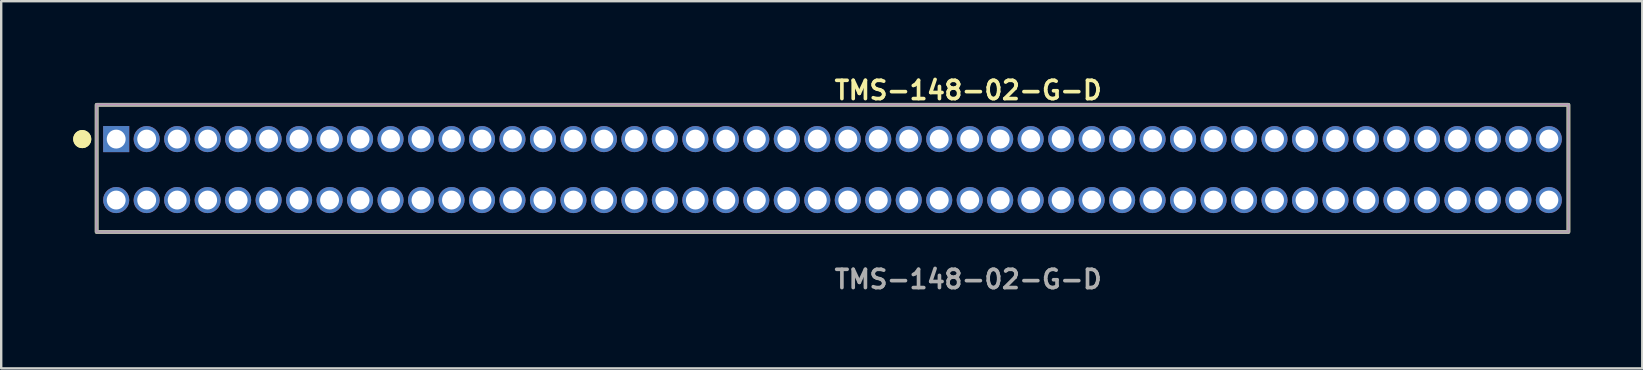
<source format=kicad_pcb>
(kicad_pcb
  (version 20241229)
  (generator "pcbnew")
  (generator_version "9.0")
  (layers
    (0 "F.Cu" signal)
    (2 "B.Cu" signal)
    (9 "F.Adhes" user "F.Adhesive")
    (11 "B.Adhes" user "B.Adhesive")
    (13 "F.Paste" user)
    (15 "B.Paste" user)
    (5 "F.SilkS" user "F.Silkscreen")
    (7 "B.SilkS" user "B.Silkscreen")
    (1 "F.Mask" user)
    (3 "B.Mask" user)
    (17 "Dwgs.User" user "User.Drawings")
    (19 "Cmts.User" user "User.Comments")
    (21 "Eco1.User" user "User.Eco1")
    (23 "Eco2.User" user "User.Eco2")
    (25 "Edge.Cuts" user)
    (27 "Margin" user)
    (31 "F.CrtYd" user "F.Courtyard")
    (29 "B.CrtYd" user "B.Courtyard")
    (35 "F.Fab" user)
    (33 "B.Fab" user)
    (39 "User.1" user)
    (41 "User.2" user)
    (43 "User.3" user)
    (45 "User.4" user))
  (footprint "TMS-148-02-G-D"
    (layer "F.Cu")
    (at 31.636 4.015)
    (property "Reference" "TMS-148-02-G-D" (at 0 -3.302 0) (unlocked yes) (layer "F.SilkS") (effects (font (size 0.762 0.762) (thickness 0.152)) (justify left)))
    (fp_rect (start -30.66 2.6) (end 30.66 -2.7) (stroke (width 0.152) (type solid)) (fill no) (layer "F.SilkS"))
    (fp_circle (center -31.26 -1.27) (end -31.56 -1.27) (stroke (width 0.152) (type solid)) (fill yes) (layer "F.SilkS"))
    (fp_circle (center -31.26 -1.27) (end -31.56 -1.27) (stroke (width 0.152) (type solid)) (fill yes) (layer "F.SilkS"))
    (fp_rect (start -30.66 2.6) (end 30.66 -2.7) (stroke (width 0.006) (type solid)) (fill no) (layer "F.CrtYd"))
    (fp_rect (start -30.66 2.6) (end 30.66 -2.7) (stroke (width 0.152) (type solid)) (fill no) (layer "F.Fab"))
    (fp_text user "${REFERENCE}" (at 0 4.572 0) (unlocked yes) (layer "F.Fab") (effects (font (size 0.762 0.762) (thickness 0.152)) (justify left)))
    (pad "1" thru_hole rect (at -29.845 -1.27) (size 1.087 1.087) (drill 0.787) (layers "*.Cu" "*.Mask"))
    (pad "2" thru_hole circle (at -29.845 1.27) (size 1.087 1.087) (drill 0.787) (layers "*.Cu" "*.Mask"))
    (pad "3" thru_hole circle (at -28.575 -1.27) (size 1.087 1.087) (drill 0.787) (layers "*.Cu" "*.Mask"))
    (pad "4" thru_hole circle (at -28.575 1.27) (size 1.087 1.087) (drill 0.787) (layers "*.Cu" "*.Mask"))
    (pad "5" thru_hole circle (at -27.305 -1.27) (size 1.087 1.087) (drill 0.787) (layers "*.Cu" "*.Mask"))
    (pad "6" thru_hole circle (at -27.305 1.27) (size 1.087 1.087) (drill 0.787) (layers "*.Cu" "*.Mask"))
    (pad "7" thru_hole circle (at -26.035 -1.27) (size 1.087 1.087) (drill 0.787) (layers "*.Cu" "*.Mask"))
    (pad "8" thru_hole circle (at -26.035 1.27) (size 1.087 1.087) (drill 0.787) (layers "*.Cu" "*.Mask"))
    (pad "9" thru_hole circle (at -24.765 -1.27) (size 1.087 1.087) (drill 0.787) (layers "*.Cu" "*.Mask"))
    (pad "10" thru_hole circle (at -24.765 1.27) (size 1.087 1.087) (drill 0.787) (layers "*.Cu" "*.Mask"))
    (pad "11" thru_hole circle (at -23.495 -1.27) (size 1.087 1.087) (drill 0.787) (layers "*.Cu" "*.Mask"))
    (pad "12" thru_hole circle (at -23.495 1.27) (size 1.087 1.087) (drill 0.787) (layers "*.Cu" "*.Mask"))
    (pad "13" thru_hole circle (at -22.225 -1.27) (size 1.087 1.087) (drill 0.787) (layers "*.Cu" "*.Mask"))
    (pad "14" thru_hole circle (at -22.225 1.27) (size 1.087 1.087) (drill 0.787) (layers "*.Cu" "*.Mask"))
    (pad "15" thru_hole circle (at -20.955 -1.27) (size 1.087 1.087) (drill 0.787) (layers "*.Cu" "*.Mask"))
    (pad "16" thru_hole circle (at -20.955 1.27) (size 1.087 1.087) (drill 0.787) (layers "*.Cu" "*.Mask"))
    (pad "17" thru_hole circle (at -19.685 -1.27) (size 1.087 1.087) (drill 0.787) (layers "*.Cu" "*.Mask"))
    (pad "18" thru_hole circle (at -19.685 1.27) (size 1.087 1.087) (drill 0.787) (layers "*.Cu" "*.Mask"))
    (pad "19" thru_hole circle (at -18.415 -1.27) (size 1.087 1.087) (drill 0.787) (layers "*.Cu" "*.Mask"))
    (pad "20" thru_hole circle (at -18.415 1.27) (size 1.087 1.087) (drill 0.787) (layers "*.Cu" "*.Mask"))
    (pad "21" thru_hole circle (at -17.145 -1.27) (size 1.087 1.087) (drill 0.787) (layers "*.Cu" "*.Mask"))
    (pad "22" thru_hole circle (at -17.145 1.27) (size 1.087 1.087) (drill 0.787) (layers "*.Cu" "*.Mask"))
    (pad "23" thru_hole circle (at -15.875 -1.27) (size 1.087 1.087) (drill 0.787) (layers "*.Cu" "*.Mask"))
    (pad "24" thru_hole circle (at -15.875 1.27) (size 1.087 1.087) (drill 0.787) (layers "*.Cu" "*.Mask"))
    (pad "25" thru_hole circle (at -14.605 -1.27) (size 1.087 1.087) (drill 0.787) (layers "*.Cu" "*.Mask"))
    (pad "26" thru_hole circle (at -14.605 1.27) (size 1.087 1.087) (drill 0.787) (layers "*.Cu" "*.Mask"))
    (pad "27" thru_hole circle (at -13.335 -1.27) (size 1.087 1.087) (drill 0.787) (layers "*.Cu" "*.Mask"))
    (pad "28" thru_hole circle (at -13.335 1.27) (size 1.087 1.087) (drill 0.787) (layers "*.Cu" "*.Mask"))
    (pad "29" thru_hole circle (at -12.065 -1.27) (size 1.087 1.087) (drill 0.787) (layers "*.Cu" "*.Mask"))
    (pad "30" thru_hole circle (at -12.065 1.27) (size 1.087 1.087) (drill 0.787) (layers "*.Cu" "*.Mask"))
    (pad "31" thru_hole circle (at -10.795 -1.27) (size 1.087 1.087) (drill 0.787) (layers "*.Cu" "*.Mask"))
    (pad "32" thru_hole circle (at -10.795 1.27) (size 1.087 1.087) (drill 0.787) (layers "*.Cu" "*.Mask"))
    (pad "33" thru_hole circle (at -9.525 -1.27) (size 1.087 1.087) (drill 0.787) (layers "*.Cu" "*.Mask"))
    (pad "34" thru_hole circle (at -9.525 1.27) (size 1.087 1.087) (drill 0.787) (layers "*.Cu" "*.Mask"))
    (pad "35" thru_hole circle (at -8.255 -1.27) (size 1.087 1.087) (drill 0.787) (layers "*.Cu" "*.Mask"))
    (pad "36" thru_hole circle (at -8.255 1.27) (size 1.087 1.087) (drill 0.787) (layers "*.Cu" "*.Mask"))
    (pad "37" thru_hole circle (at -6.985 -1.27) (size 1.087 1.087) (drill 0.787) (layers "*.Cu" "*.Mask"))
    (pad "38" thru_hole circle (at -6.985 1.27) (size 1.087 1.087) (drill 0.787) (layers "*.Cu" "*.Mask"))
    (pad "39" thru_hole circle (at -5.715 -1.27) (size 1.087 1.087) (drill 0.787) (layers "*.Cu" "*.Mask"))
    (pad "40" thru_hole circle (at -5.715 1.27) (size 1.087 1.087) (drill 0.787) (layers "*.Cu" "*.Mask"))
    (pad "41" thru_hole circle (at -4.445 -1.27) (size 1.087 1.087) (drill 0.787) (layers "*.Cu" "*.Mask"))
    (pad "42" thru_hole circle (at -4.445 1.27) (size 1.087 1.087) (drill 0.787) (layers "*.Cu" "*.Mask"))
    (pad "43" thru_hole circle (at -3.175 -1.27) (size 1.087 1.087) (drill 0.787) (layers "*.Cu" "*.Mask"))
    (pad "44" thru_hole circle (at -3.175 1.27) (size 1.087 1.087) (drill 0.787) (layers "*.Cu" "*.Mask"))
    (pad "45" thru_hole circle (at -1.905 -1.27) (size 1.087 1.087) (drill 0.787) (layers "*.Cu" "*.Mask"))
    (pad "46" thru_hole circle (at -1.905 1.27) (size 1.087 1.087) (drill 0.787) (layers "*.Cu" "*.Mask"))
    (pad "47" thru_hole circle (at -0.635 -1.27) (size 1.087 1.087) (drill 0.787) (layers "*.Cu" "*.Mask"))
    (pad "48" thru_hole circle (at -0.635 1.27) (size 1.087 1.087) (drill 0.787) (layers "*.Cu" "*.Mask"))
    (pad "49" thru_hole circle (at 0.635 -1.27) (size 1.087 1.087) (drill 0.787) (layers "*.Cu" "*.Mask"))
    (pad "50" thru_hole circle (at 0.635 1.27) (size 1.087 1.087) (drill 0.787) (layers "*.Cu" "*.Mask"))
    (pad "51" thru_hole circle (at 1.905 -1.27) (size 1.087 1.087) (drill 0.787) (layers "*.Cu" "*.Mask"))
    (pad "52" thru_hole circle (at 1.905 1.27) (size 1.087 1.087) (drill 0.787) (layers "*.Cu" "*.Mask"))
    (pad "53" thru_hole circle (at 3.175 -1.27) (size 1.087 1.087) (drill 0.787) (layers "*.Cu" "*.Mask"))
    (pad "54" thru_hole circle (at 3.175 1.27) (size 1.087 1.087) (drill 0.787) (layers "*.Cu" "*.Mask"))
    (pad "55" thru_hole circle (at 4.445 -1.27) (size 1.087 1.087) (drill 0.787) (layers "*.Cu" "*.Mask"))
    (pad "56" thru_hole circle (at 4.445 1.27) (size 1.087 1.087) (drill 0.787) (layers "*.Cu" "*.Mask"))
    (pad "57" thru_hole circle (at 5.715 -1.27) (size 1.087 1.087) (drill 0.787) (layers "*.Cu" "*.Mask"))
    (pad "58" thru_hole circle (at 5.715 1.27) (size 1.087 1.087) (drill 0.787) (layers "*.Cu" "*.Mask"))
    (pad "59" thru_hole circle (at 6.985 -1.27) (size 1.087 1.087) (drill 0.787) (layers "*.Cu" "*.Mask"))
    (pad "60" thru_hole circle (at 6.985 1.27) (size 1.087 1.087) (drill 0.787) (layers "*.Cu" "*.Mask"))
    (pad "61" thru_hole circle (at 8.255 -1.27) (size 1.087 1.087) (drill 0.787) (layers "*.Cu" "*.Mask"))
    (pad "62" thru_hole circle (at 8.255 1.27) (size 1.087 1.087) (drill 0.787) (layers "*.Cu" "*.Mask"))
    (pad "63" thru_hole circle (at 9.525 -1.27) (size 1.087 1.087) (drill 0.787) (layers "*.Cu" "*.Mask"))
    (pad "64" thru_hole circle (at 9.525 1.27) (size 1.087 1.087) (drill 0.787) (layers "*.Cu" "*.Mask"))
    (pad "65" thru_hole circle (at 10.795 -1.27) (size 1.087 1.087) (drill 0.787) (layers "*.Cu" "*.Mask"))
    (pad "66" thru_hole circle (at 10.795 1.27) (size 1.087 1.087) (drill 0.787) (layers "*.Cu" "*.Mask"))
    (pad "67" thru_hole circle (at 12.065 -1.27) (size 1.087 1.087) (drill 0.787) (layers "*.Cu" "*.Mask"))
    (pad "68" thru_hole circle (at 12.065 1.27) (size 1.087 1.087) (drill 0.787) (layers "*.Cu" "*.Mask"))
    (pad "69" thru_hole circle (at 13.335 -1.27) (size 1.087 1.087) (drill 0.787) (layers "*.Cu" "*.Mask"))
    (pad "70" thru_hole circle (at 13.335 1.27) (size 1.087 1.087) (drill 0.787) (layers "*.Cu" "*.Mask"))
    (pad "71" thru_hole circle (at 14.605 -1.27) (size 1.087 1.087) (drill 0.787) (layers "*.Cu" "*.Mask"))
    (pad "72" thru_hole circle (at 14.605 1.27) (size 1.087 1.087) (drill 0.787) (layers "*.Cu" "*.Mask"))
    (pad "73" thru_hole circle (at 15.875 -1.27) (size 1.087 1.087) (drill 0.787) (layers "*.Cu" "*.Mask"))
    (pad "74" thru_hole circle (at 15.875 1.27) (size 1.087 1.087) (drill 0.787) (layers "*.Cu" "*.Mask"))
    (pad "75" thru_hole circle (at 17.145 -1.27) (size 1.087 1.087) (drill 0.787) (layers "*.Cu" "*.Mask"))
    (pad "76" thru_hole circle (at 17.145 1.27) (size 1.087 1.087) (drill 0.787) (layers "*.Cu" "*.Mask"))
    (pad "77" thru_hole circle (at 18.415 -1.27) (size 1.087 1.087) (drill 0.787) (layers "*.Cu" "*.Mask"))
    (pad "78" thru_hole circle (at 18.415 1.27) (size 1.087 1.087) (drill 0.787) (layers "*.Cu" "*.Mask"))
    (pad "79" thru_hole circle (at 19.685 -1.27) (size 1.087 1.087) (drill 0.787) (layers "*.Cu" "*.Mask"))
    (pad "80" thru_hole circle (at 19.685 1.27) (size 1.087 1.087) (drill 0.787) (layers "*.Cu" "*.Mask"))
    (pad "81" thru_hole circle (at 20.955 -1.27) (size 1.087 1.087) (drill 0.787) (layers "*.Cu" "*.Mask"))
    (pad "82" thru_hole circle (at 20.955 1.27) (size 1.087 1.087) (drill 0.787) (layers "*.Cu" "*.Mask"))
    (pad "83" thru_hole circle (at 22.225 -1.27) (size 1.087 1.087) (drill 0.787) (layers "*.Cu" "*.Mask"))
    (pad "84" thru_hole circle (at 22.225 1.27) (size 1.087 1.087) (drill 0.787) (layers "*.Cu" "*.Mask"))
    (pad "85" thru_hole circle (at 23.495 -1.27) (size 1.087 1.087) (drill 0.787) (layers "*.Cu" "*.Mask"))
    (pad "86" thru_hole circle (at 23.495 1.27) (size 1.087 1.087) (drill 0.787) (layers "*.Cu" "*.Mask"))
    (pad "87" thru_hole circle (at 24.765 -1.27) (size 1.087 1.087) (drill 0.787) (layers "*.Cu" "*.Mask"))
    (pad "88" thru_hole circle (at 24.765 1.27) (size 1.087 1.087) (drill 0.787) (layers "*.Cu" "*.Mask"))
    (pad "89" thru_hole circle (at 26.035 -1.27) (size 1.087 1.087) (drill 0.787) (layers "*.Cu" "*.Mask"))
    (pad "90" thru_hole circle (at 26.035 1.27) (size 1.087 1.087) (drill 0.787) (layers "*.Cu" "*.Mask"))
    (pad "91" thru_hole circle (at 27.305 -1.27) (size 1.087 1.087) (drill 0.787) (layers "*.Cu" "*.Mask"))
    (pad "92" thru_hole circle (at 27.305 1.27) (size 1.087 1.087) (drill 0.787) (layers "*.Cu" "*.Mask"))
    (pad "93" thru_hole circle (at 28.575 -1.27) (size 1.087 1.087) (drill 0.787) (layers "*.Cu" "*.Mask"))
    (pad "94" thru_hole circle (at 28.575 1.27) (size 1.087 1.087) (drill 0.787) (layers "*.Cu" "*.Mask"))
    (pad "95" thru_hole circle (at 29.845 -1.27) (size 1.087 1.087) (drill 0.787) (layers "*.Cu" "*.Mask"))
    (pad "96" thru_hole circle (at 29.845 1.27) (size 1.087 1.087) (drill 0.787) (layers "*.Cu" "*.Mask")))
  (gr_rect
    (start -3 -3)
    (end 65.372 12.3)
    (stroke (width 0.1) (type default))
    (fill no)
    (layer "Edge.Cuts")))
</source>
